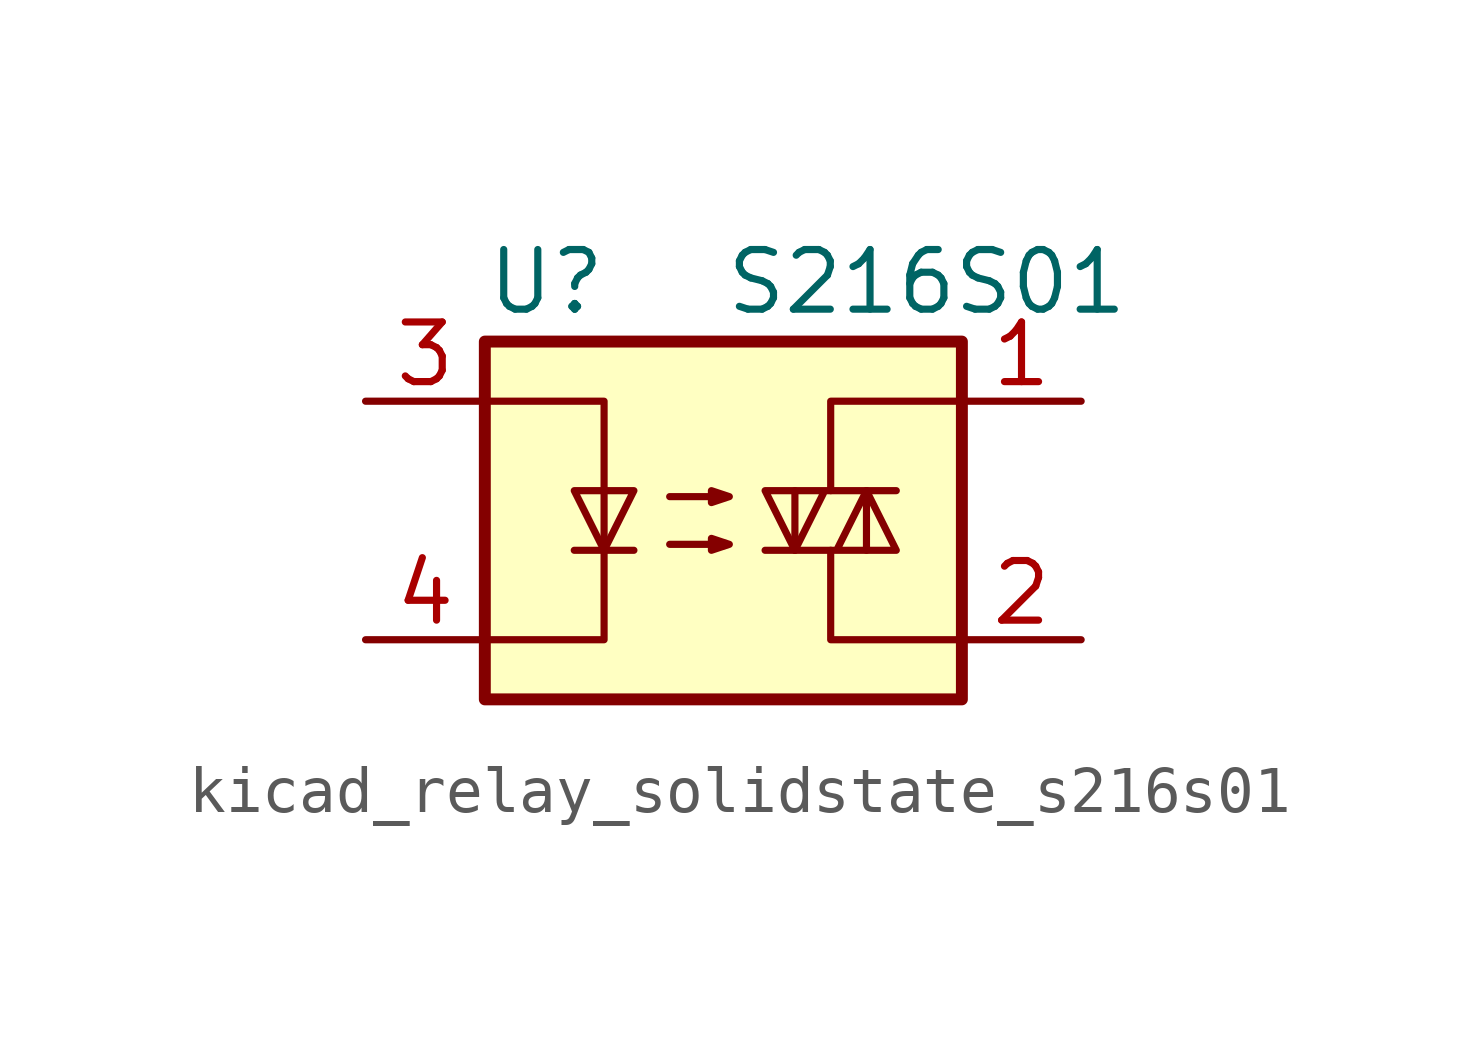
<source format=kicad_sym>
(kicad_symbol_lib
  (version 20220914)
  (generator kicad_symbol_editor)
  (symbol "kicad_relay_solidstate_s216s01"
    (property "Reference" "U"
      (at -5.08 5.08 0)
      (effects (font (size 1.27 1.27)) (justify left)))
    (property "Value" "S216S01"
      (at 0 5.08 0)
      (effects (font (size 1.27 1.27)) (justify left)))
    (symbol "kicad_relay_solidstate_s216s01_0_1"
      (rectangle (start -5.08 3.81) (end 5.08 -3.81) (stroke (width 0.254) (type default)) (fill (type background)))
      (polyline (pts (xy -3.175 -0.635) (xy -1.905 -0.635)) (stroke (width 0) (type default)) (fill (type none)))
      (polyline (pts (xy 1.524 -0.635) (xy 1.524 0.635)) (stroke (width 0) (type default)) (fill (type none)))
      (polyline (pts (xy 3.048 0.635) (xy 3.048 -0.635)) (stroke (width 0) (type default)) (fill (type none)))
      (polyline (pts (xy 2.286 -0.635) (xy 2.286 -2.54) (xy 5.08 -2.54)) (stroke (width 0) (type default)) (fill (type none)))
      (polyline (pts (xy 2.286 0.635) (xy 2.286 2.54) (xy 5.08 2.54)) (stroke (width 0) (type default)) (fill (type none)))
      (polyline (pts (xy -5.08 2.54) (xy -2.54 2.54) (xy -2.54 -2.54) (xy -5.08 -2.54)) (stroke (width 0) (type default)) (fill (type none)))
      (polyline (pts (xy -2.54 -0.635) (xy -3.175 0.635) (xy -1.905 0.635) (xy -2.54 -0.635)) (stroke (width 0) (type default)) (fill (type none)))
      (polyline (pts (xy 0.889 -0.635) (xy 3.683 -0.635) (xy 3.048 0.635) (xy 2.413 -0.635)) (stroke (width 0) (type default)) (fill (type none)))
      (polyline (pts (xy 3.683 0.635) (xy 0.889 0.635) (xy 1.524 -0.635) (xy 2.159 0.635)) (stroke (width 0) (type default)) (fill (type none)))
      (polyline (pts (xy -1.143 -0.508) (xy 0.127 -0.508) (xy -0.254 -0.635) (xy -0.254 -0.381) (xy 0.127 -0.508)) (stroke (width 0) (type default)) (fill (type none)))
      (polyline (pts (xy -1.143 0.508) (xy 0.127 0.508) (xy -0.254 0.381) (xy -0.254 0.635) (xy 0.127 0.508)) (stroke (width 0) (type default)) (fill (type none))))
    (symbol "kicad_relay_solidstate_s216s01_1_1"
      (pin passive line (at 7.62 2.54 180) (length 2.54) (name "~" (effects (font (size 1.27 1.27)))) (number "1" (effects (font (size 1.27 1.27)))))
      (pin passive line (at 7.62 -2.54 180) (length 2.54) (name "~" (effects (font (size 1.27 1.27)))) (number "2" (effects (font (size 1.27 1.27)))))
      (pin passive line (at -7.62 2.54 0) (length 2.54) (name "~" (effects (font (size 1.27 1.27)))) (number "3" (effects (font (size 1.27 1.27)))))
      (pin passive line (at -7.62 -2.54 0) (length 2.54) (name "~" (effects (font (size 1.27 1.27)))) (number "4" (effects (font (size 1.27 1.27))))))))
</source>
